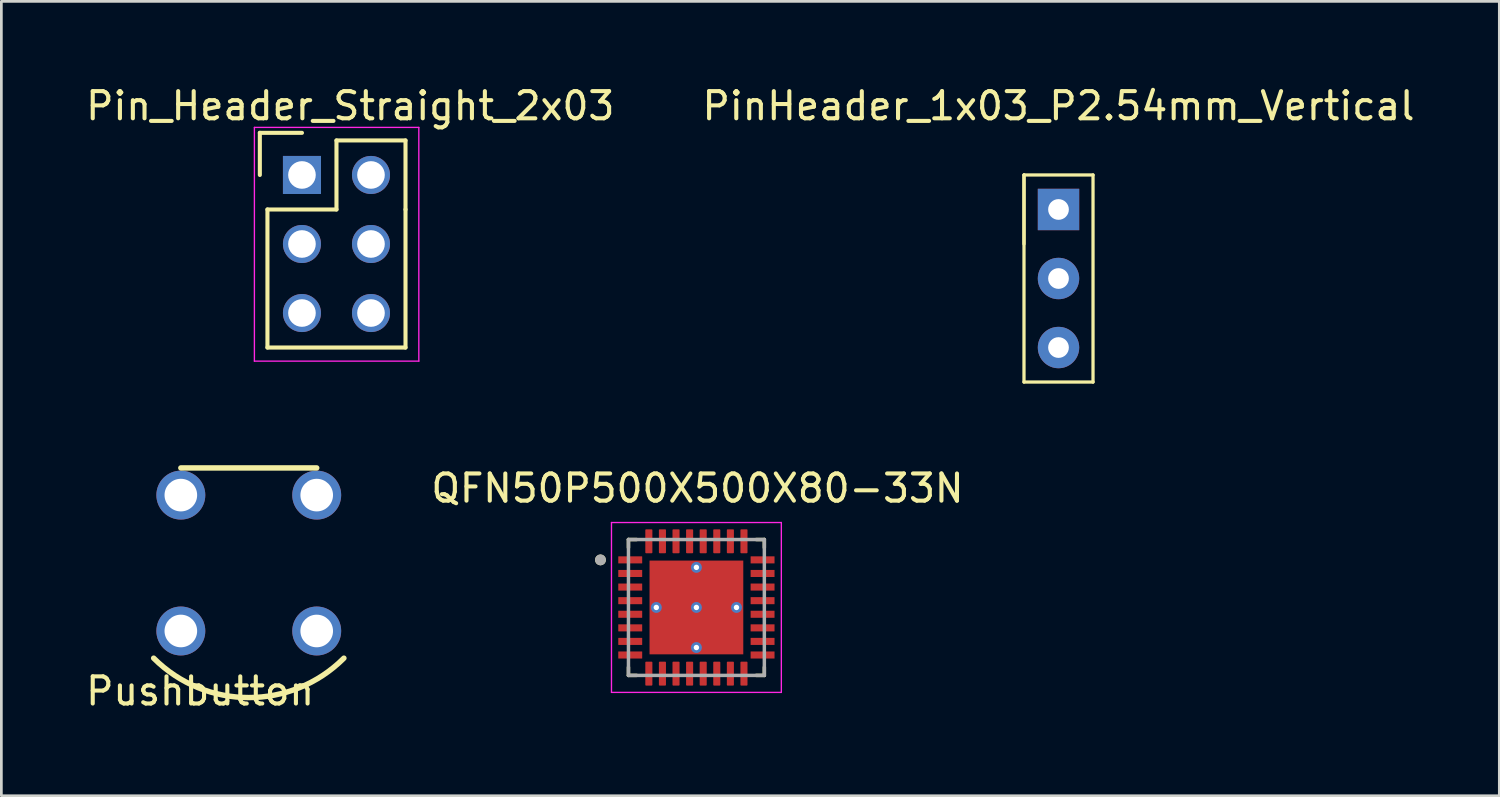
<source format=kicad_pcb>
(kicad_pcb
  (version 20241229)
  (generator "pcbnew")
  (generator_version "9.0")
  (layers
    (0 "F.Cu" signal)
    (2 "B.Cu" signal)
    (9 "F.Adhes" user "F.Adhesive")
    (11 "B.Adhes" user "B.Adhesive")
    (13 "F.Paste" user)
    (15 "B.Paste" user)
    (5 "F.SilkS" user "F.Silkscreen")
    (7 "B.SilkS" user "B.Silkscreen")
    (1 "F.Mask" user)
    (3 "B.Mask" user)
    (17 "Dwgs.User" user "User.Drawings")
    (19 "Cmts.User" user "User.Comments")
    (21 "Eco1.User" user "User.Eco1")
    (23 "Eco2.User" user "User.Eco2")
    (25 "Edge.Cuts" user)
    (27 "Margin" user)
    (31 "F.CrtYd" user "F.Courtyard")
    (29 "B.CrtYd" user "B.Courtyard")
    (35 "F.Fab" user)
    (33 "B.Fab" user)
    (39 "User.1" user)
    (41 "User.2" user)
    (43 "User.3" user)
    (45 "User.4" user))
  (footprint "Pushbutton"
    (layer "F.Cu")
    (at 3.604 15.168)
    (property "Reference" "Pushbutton" (at 0.711 7.214 0) (layer "F.SilkS") (effects (font (size 1 1) (thickness 0.15))))
    (attr through_hole)
    (fp_line (start 0 -1) (end 5 -1) (stroke (width 0.2) (type solid)) (layer "F.SilkS"))
    (fp_arc (start 6 6) (mid 2.5 7.449747) (end -1 6) (stroke (width 0.2) (type solid)) (layer "F.SilkS"))
    (pad "1" thru_hole circle (at 0 0) (size 1.8 1.8) (drill 1.2) (layers "*.Cu" "*.Mask"))
    (pad "1" thru_hole circle (at 0 5) (size 1.8 1.8) (drill 1.2) (layers "*.Cu" "*.Mask"))
    (pad "2" thru_hole circle (at 5 0) (size 1.8 1.8) (drill 1.2) (layers "*.Cu" "*.Mask"))
    (pad "2" thru_hole circle (at 5 5) (size 1.8 1.8) (drill 1.2) (layers "*.Cu" "*.Mask")))
  (footprint "Pin_Header_Straight_2x03"
    (layer "F.Cu")
    (at 8.061 3.388)
    (property "Reference" "Pin_Header_Straight_2x03" (at 1.778 -2.54 0) (layer "F.SilkS") (effects (font (size 1 1) (thickness 0.15))))
    (attr through_hole)
    (fp_line (start -1.55 -1.55) (end -1.55 0) (stroke (width 0.15) (type solid)) (layer "F.SilkS"))
    (fp_line (start -1.55 -1.55) (end 0 -1.55) (stroke (width 0.15) (type solid)) (layer "F.SilkS"))
    (fp_line (start -1.27 1.27) (end -1.27 6.35) (stroke (width 0.15) (type solid)) (layer "F.SilkS"))
    (fp_line (start -1.27 6.35) (end 3.81 6.35) (stroke (width 0.15) (type solid)) (layer "F.SilkS"))
    (fp_line (start 1.27 -1.27) (end 1.27 1.27) (stroke (width 0.15) (type solid)) (layer "F.SilkS"))
    (fp_line (start 1.27 1.27) (end -1.27 1.27) (stroke (width 0.15) (type solid)) (layer "F.SilkS"))
    (fp_line (start 3.81 -1.27) (end 1.27 -1.27) (stroke (width 0.15) (type solid)) (layer "F.SilkS"))
    (fp_line (start 3.81 1.27) (end 3.81 -1.27) (stroke (width 0.15) (type solid)) (layer "F.SilkS"))
    (fp_line (start 3.81 6.35) (end 3.81 1.27) (stroke (width 0.15) (type solid)) (layer "F.SilkS"))
    (fp_line (start -1.75 -1.75) (end -1.75 6.85) (stroke (width 0.05) (type solid)) (layer "F.CrtYd"))
    (fp_line (start -1.75 -1.75) (end 4.3 -1.75) (stroke (width 0.05) (type solid)) (layer "F.CrtYd"))
    (fp_line (start -1.75 6.85) (end 4.3 6.85) (stroke (width 0.05) (type solid)) (layer "F.CrtYd"))
    (fp_line (start 4.3 -1.75) (end 4.3 6.85) (stroke (width 0.05) (type solid)) (layer "F.CrtYd"))
    (pad "1" thru_hole rect (at 0 0) (size 1.4 1.4) (drill 1.016) (layers "*.Cu" "*.Mask"))
    (pad "2" thru_hole circle (at 2.54 0) (size 1.4 1.4) (drill 1.016) (layers "*.Cu" "*.Mask"))
    (pad "3" thru_hole circle (at 0 2.54) (size 1.4 1.4) (drill 1.016) (layers "*.Cu" "*.Mask"))
    (pad "4" thru_hole circle (at 2.54 2.54) (size 1.4 1.4) (drill 1.016) (layers "*.Cu" "*.Mask"))
    (pad "5" thru_hole circle (at 0 5.08) (size 1.4 1.4) (drill 1.016) (layers "*.Cu" "*.Mask"))
    (pad "6" thru_hole circle (at 2.54 5.08) (size 1.4 1.4) (drill 1.016) (layers "*.Cu" "*.Mask")))
  (footprint "PinHeader_1x03_P2.54mm_Vertical"
    (layer "F.Cu")
    (at 35.899 4.658)
    (property "Reference" "PinHeader_1x03_P2.54mm_Vertical" (at 0 -3.81 0) (layer "F.SilkS") (effects (font (size 1 1) (thickness 0.15))))
    (attr through_hole)
    (fp_line (start -1.27 -1.27) (end -1.27 1.27) (stroke (width 0.12) (type solid)) (layer "F.SilkS"))
    (fp_line (start -1.27 -1.27) (end -1.27 6.35) (stroke (width 0.12) (type solid)) (layer "F.SilkS"))
    (fp_line (start -1.27 6.35) (end 1.27 6.35) (stroke (width 0.12) (type solid)) (layer "F.SilkS"))
    (fp_line (start 1.27 -1.27) (end -1.27 -1.27) (stroke (width 0.12) (type solid)) (layer "F.SilkS"))
    (fp_line (start 1.27 6.35) (end 1.27 -1.27) (stroke (width 0.12) (type solid)) (layer "F.SilkS"))
    (pad "1" thru_hole rect (at 0 0) (size 1.524 1.524) (drill 0.762) (layers "*.Cu" "*.Mask"))
    (pad "2" thru_hole circle (at 0 2.54) (size 1.524 1.524) (drill 0.762) (layers "*.Cu" "*.Mask"))
    (pad "3" thru_hole circle (at 0 5.08) (size 1.524 1.524) (drill 0.762) (layers "*.Cu" "*.Mask")))
  (footprint "QFN50P500X500X80-33N"
    (layer "F.Cu")
    (at 22.575 19.302)
    (property "Reference" "QFN50P500X500X80-33N" (at 0.04 -4.385 0) (layer "F.SilkS") (effects (font (size 1 1) (thickness 0.15))))
    (attr through_hole)
    (fp_line (start -2.5 -2.5) (end -2.5 -2.2) (stroke (width 0.127) (type solid)) (layer "F.SilkS"))
    (fp_line (start -2.5 -2.5) (end -2.2 -2.5) (stroke (width 0.127) (type solid)) (layer "F.SilkS"))
    (fp_line (start -2.5 2.5) (end -2.5 2.2) (stroke (width 0.127) (type solid)) (layer "F.SilkS"))
    (fp_line (start -2.5 2.5) (end -2.2 2.5) (stroke (width 0.127) (type solid)) (layer "F.SilkS"))
    (fp_line (start 2.5 -2.5) (end 2.2 -2.5) (stroke (width 0.127) (type solid)) (layer "F.SilkS"))
    (fp_line (start 2.5 -2.5) (end 2.5 -2.2) (stroke (width 0.127) (type solid)) (layer "F.SilkS"))
    (fp_line (start 2.5 2.5) (end 2.2 2.5) (stroke (width 0.127) (type solid)) (layer "F.SilkS"))
    (fp_line (start 2.5 2.5) (end 2.5 2.2) (stroke (width 0.127) (type solid)) (layer "F.SilkS"))
    (fp_circle (center -3.53 -1.75) (end -3.43 -1.75) (stroke (width 0.2) (type solid)) (fill no) (layer "F.SilkS"))
    (fp_poly (pts (xy -1.59 -1.59) (xy -0.1 -1.59) (xy -0.1 -0.1) (xy -1.59 -0.1)) (stroke (width 0.01) (type solid)) (fill yes) (layer "F.Paste"))
    (fp_poly (pts (xy -1.59 0.1) (xy -0.1 0.1) (xy -0.1 1.59) (xy -1.59 1.59)) (stroke (width 0.01) (type solid)) (fill yes) (layer "F.Paste"))
    (fp_poly (pts (xy 0.1 -1.59) (xy 1.59 -1.59) (xy 1.59 -0.1) (xy 0.1 -0.1)) (stroke (width 0.01) (type solid)) (fill yes) (layer "F.Paste"))
    (fp_poly (pts (xy 0.1 0.1) (xy 1.59 0.1) (xy 1.59 1.59) (xy 0.1 1.59)) (stroke (width 0.01) (type solid)) (fill yes) (layer "F.Paste"))
    (fp_line (start -3.125 -3.125) (end 3.125 -3.125) (stroke (width 0.05) (type solid)) (layer "F.CrtYd"))
    (fp_line (start -3.125 3.125) (end -3.125 -3.125) (stroke (width 0.05) (type solid)) (layer "F.CrtYd"))
    (fp_line (start -3.125 3.125) (end 3.125 3.125) (stroke (width 0.05) (type solid)) (layer "F.CrtYd"))
    (fp_line (start 3.125 3.125) (end 3.125 -3.125) (stroke (width 0.05) (type solid)) (layer "F.CrtYd"))
    (fp_line (start -2.5 2.5) (end -2.5 -2.5) (stroke (width 0.127) (type solid)) (layer "F.Fab"))
    (fp_line (start 2.5 -2.5) (end -2.5 -2.5) (stroke (width 0.127) (type solid)) (layer "F.Fab"))
    (fp_line (start 2.5 2.5) (end -2.5 2.5) (stroke (width 0.127) (type solid)) (layer "F.Fab"))
    (fp_line (start 2.5 2.5) (end 2.5 -2.5) (stroke (width 0.127) (type solid)) (layer "F.Fab"))
    (fp_circle (center -3.53 -1.75) (end -3.43 -1.75) (stroke (width 0.2) (type solid)) (fill no) (layer "F.Fab"))
    (pad "1" smd roundrect (at -2.435 -1.75) (size 0.88 0.26) (layers "F.Cu" "F.Mask" "F.Paste") (roundrect_rratio 0.03))
    (pad "2" smd roundrect (at -2.435 -1.25) (size 0.88 0.26) (layers "F.Cu" "F.Mask" "F.Paste") (roundrect_rratio 0.03))
    (pad "3" smd roundrect (at -2.435 -0.75) (size 0.88 0.26) (layers "F.Cu" "F.Mask" "F.Paste") (roundrect_rratio 0.03))
    (pad "4" smd roundrect (at -2.435 -0.25) (size 0.88 0.26) (layers "F.Cu" "F.Mask" "F.Paste") (roundrect_rratio 0.03))
    (pad "5" smd roundrect (at -2.435 0.25) (size 0.88 0.26) (layers "F.Cu" "F.Mask" "F.Paste") (roundrect_rratio 0.03))
    (pad "6" smd roundrect (at -2.435 0.75) (size 0.88 0.26) (layers "F.Cu" "F.Mask" "F.Paste") (roundrect_rratio 0.03))
    (pad "7" smd roundrect (at -2.435 1.25) (size 0.88 0.26) (layers "F.Cu" "F.Mask" "F.Paste") (roundrect_rratio 0.03))
    (pad "8" smd roundrect (at -2.435 1.75) (size 0.88 0.26) (layers "F.Cu" "F.Mask" "F.Paste") (roundrect_rratio 0.03))
    (pad "9" smd roundrect (at -1.75 2.435) (size 0.26 0.88) (layers "F.Cu" "F.Mask" "F.Paste") (roundrect_rratio 0.11))
    (pad "10" smd roundrect (at -1.25 2.435) (size 0.26 0.88) (layers "F.Cu" "F.Mask" "F.Paste") (roundrect_rratio 0.11))
    (pad "11" smd roundrect (at -0.75 2.435) (size 0.26 0.88) (layers "F.Cu" "F.Mask" "F.Paste") (roundrect_rratio 0.11))
    (pad "12" smd roundrect (at -0.25 2.435) (size 0.26 0.88) (layers "F.Cu" "F.Mask" "F.Paste") (roundrect_rratio 0.11))
    (pad "13" smd roundrect (at 0.25 2.435) (size 0.26 0.88) (layers "F.Cu" "F.Mask" "F.Paste") (roundrect_rratio 0.11))
    (pad "14" smd roundrect (at 0.75 2.435) (size 0.26 0.88) (layers "F.Cu" "F.Mask" "F.Paste") (roundrect_rratio 0.11))
    (pad "15" smd roundrect (at 1.25 2.435) (size 0.26 0.88) (layers "F.Cu" "F.Mask" "F.Paste") (roundrect_rratio 0.11))
    (pad "16" smd roundrect (at 1.75 2.435) (size 0.26 0.88) (layers "F.Cu" "F.Mask" "F.Paste") (roundrect_rratio 0.11))
    (pad "17" smd roundrect (at 2.435 1.75) (size 0.88 0.26) (layers "F.Cu" "F.Mask" "F.Paste") (roundrect_rratio 0.03))
    (pad "18" smd roundrect (at 2.435 1.25) (size 0.88 0.26) (layers "F.Cu" "F.Mask" "F.Paste") (roundrect_rratio 0.03))
    (pad "19" smd roundrect (at 2.435 0.75) (size 0.88 0.26) (layers "F.Cu" "F.Mask" "F.Paste") (roundrect_rratio 0.03))
    (pad "20" smd roundrect (at 2.435 0.25) (size 0.88 0.26) (layers "F.Cu" "F.Mask" "F.Paste") (roundrect_rratio 0.03))
    (pad "21" smd roundrect (at 2.435 -0.25) (size 0.88 0.26) (layers "F.Cu" "F.Mask" "F.Paste") (roundrect_rratio 0.03))
    (pad "22" smd roundrect (at 2.435 -0.75) (size 0.88 0.26) (layers "F.Cu" "F.Mask" "F.Paste") (roundrect_rratio 0.03))
    (pad "23" smd roundrect (at 2.435 -1.25) (size 0.88 0.26) (layers "F.Cu" "F.Mask" "F.Paste") (roundrect_rratio 0.03))
    (pad "24" smd roundrect (at 2.435 -1.75) (size 0.88 0.26) (layers "F.Cu" "F.Mask" "F.Paste") (roundrect_rratio 0.03))
    (pad "25" smd roundrect (at 1.75 -2.435) (size 0.26 0.88) (layers "F.Cu" "F.Mask" "F.Paste") (roundrect_rratio 0.11))
    (pad "26" smd roundrect (at 1.25 -2.435) (size 0.26 0.88) (layers "F.Cu" "F.Mask" "F.Paste") (roundrect_rratio 0.11))
    (pad "27" smd roundrect (at 0.75 -2.435) (size 0.26 0.88) (layers "F.Cu" "F.Mask" "F.Paste") (roundrect_rratio 0.11))
    (pad "28" smd roundrect (at 0.25 -2.435) (size 0.26 0.88) (layers "F.Cu" "F.Mask" "F.Paste") (roundrect_rratio 0.11))
    (pad "29" smd roundrect (at -0.25 -2.435) (size 0.26 0.88) (layers "F.Cu" "F.Mask" "F.Paste") (roundrect_rratio 0.11))
    (pad "30" smd roundrect (at -0.75 -2.435) (size 0.26 0.88) (layers "F.Cu" "F.Mask" "F.Paste") (roundrect_rratio 0.11))
    (pad "31" smd roundrect (at -1.25 -2.435) (size 0.26 0.88) (layers "F.Cu" "F.Mask" "F.Paste") (roundrect_rratio 0.11))
    (pad "32" smd roundrect (at -1.75 -2.435) (size 0.26 0.88) (layers "F.Cu" "F.Mask" "F.Paste") (roundrect_rratio 0.11))
    (pad "33" smd rect (at 0 0) (size 3.45 3.45) (layers "F.Cu" "F.Mask"))
    (pad "34" thru_hole circle (at 0 -1.475) (size 0.4 0.4) (drill 0.2) (layers "*.Cu"))
    (pad "35" thru_hole circle (at -1.475 0) (size 0.4 0.4) (drill 0.2) (layers "*.Cu"))
    (pad "36" thru_hole circle (at 0 0) (size 0.4 0.4) (drill 0.2) (layers "*.Cu"))
    (pad "37" thru_hole circle (at 1.475 0) (size 0.4 0.4) (drill 0.2) (layers "*.Cu"))
    (pad "38" thru_hole circle (at 0 1.475) (size 0.4 0.4) (drill 0.2) (layers "*.Cu")))
  (gr_rect
    (start -3 -3)
    (end 52.119 26.23)
    (stroke (width 0.1) (type default))
    (fill no)
    (layer "Edge.Cuts")))
</source>
